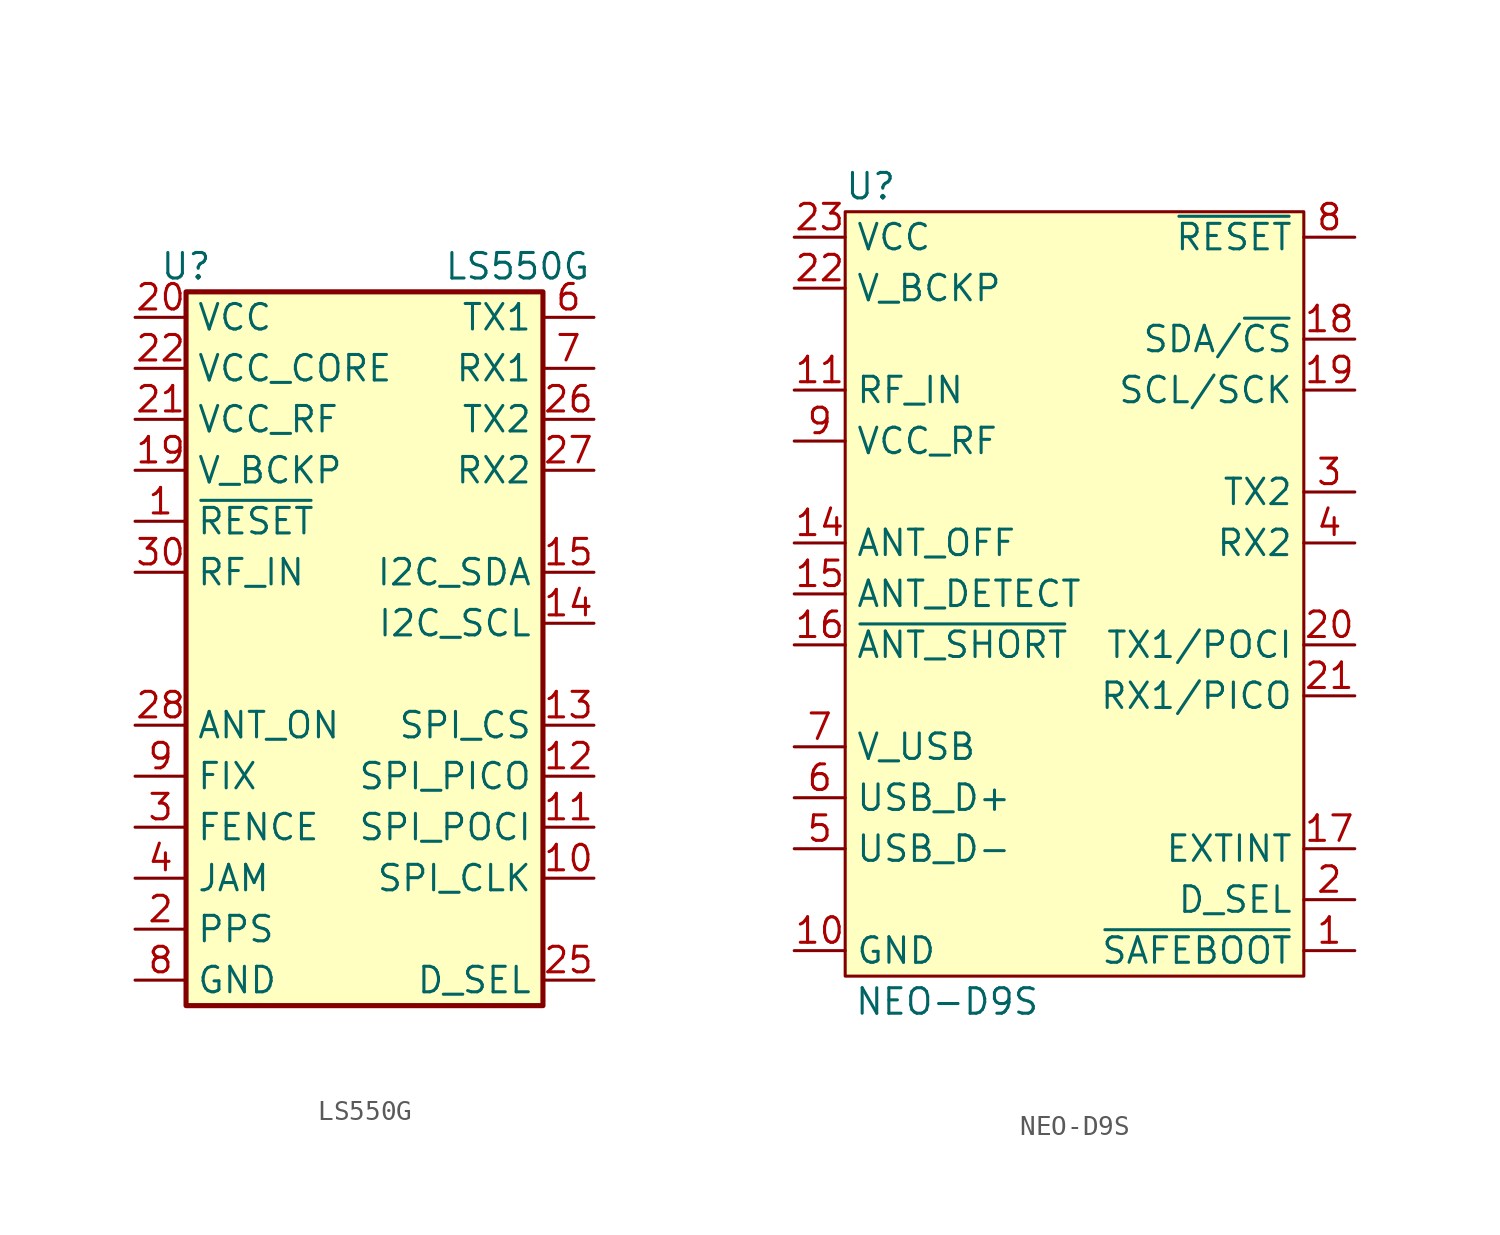
<source format=kicad_sym>
(kicad_symbol_lib
  (version 20241209)
  (generator "kicad_symbol_editor")
  (generator_version "9.0")
  (symbol "LS550G"
    (property "Reference" "U"
      (at -8.89 19.05 0)
      (effects (font (size 1.27 1.27))))
    (property "Value" "LS550G"
      (at 7.62 19.05 0)
      (effects (font (size 1.27 1.27))))
    (symbol "LS550G_0_1"
      (rectangle (start -8.89 17.78) (end 8.89 -17.78) (stroke (width 0.254) (type default)) (fill (type background))))
    (symbol "LS550G_1_0"
      (pin power_in line (at -11.43 16.51 0) (length 2.54) (name "VCC" (effects (font (size 1.27 1.27)))) (number "20" (effects (font (size 1.27 1.27)))))
      (pin power_in line (at -11.43 13.97 0) (length 2.54) (name "VCC_CORE" (effects (font (size 1.27 1.27)))) (number "22" (effects (font (size 1.27 1.27)))))
      (pin power_in line (at -11.43 11.43 0) (length 2.54) (name "VCC_RF" (effects (font (size 1.27 1.27)))) (number "21" (effects (font (size 1.27 1.27)))))
      (pin power_in line (at -11.43 8.89 0) (length 2.54) (name "V_BCKP" (effects (font (size 1.27 1.27)))) (number "19" (effects (font (size 1.27 1.27)))))
      (pin input line (at -11.43 3.81 0) (length 2.54) (name "RF_IN" (effects (font (size 1.27 1.27)))) (number "30" (effects (font (size 1.27 1.27)))))
      (pin output line (at -11.43 -3.81 0) (length 2.54) (name "ANT_ON" (effects (font (size 1.27 1.27)))) (number "28" (effects (font (size 1.27 1.27)))))
      (pin power_in line (at -11.43 -16.51 0) (length 2.54) (hide yes) (name "GND" (effects (font (size 1.27 1.27)))) (number "23" (effects (font (size 1.27 1.27)))))
      (pin power_in line (at -11.43 -16.51 0) (length 2.54) (hide yes) (name "GND" (effects (font (size 1.27 1.27)))) (number "24" (effects (font (size 1.27 1.27)))))
      (pin power_in line (at -11.43 -16.51 0) (length 2.54) (hide yes) (name "GND" (effects (font (size 1.27 1.27)))) (number "29" (effects (font (size 1.27 1.27)))))
      (pin power_in line (at -11.43 -16.51 0) (length 2.54) (hide yes) (name "GND" (effects (font (size 1.27 1.27)))) (number "31" (effects (font (size 1.27 1.27)))))
      (pin power_in line (at -11.43 -16.51 0) (length 2.54) (hide yes) (name "GND" (effects (font (size 1.27 1.27)))) (number "32" (effects (font (size 1.27 1.27)))))
      (pin power_in line (at -11.43 -16.51 0) (length 2.54) (hide yes) (name "GND" (effects (font (size 1.27 1.27)))) (number "33" (effects (font (size 1.27 1.27)))))
      (pin power_in line (at -11.43 -16.51 0) (length 2.54) (hide yes) (name "GND" (effects (font (size 1.27 1.27)))) (number "34" (effects (font (size 1.27 1.27)))))
      (pin power_in line (at -11.43 -16.51 0) (length 2.54) (hide yes) (name "GND" (effects (font (size 1.27 1.27)))) (number "35" (effects (font (size 1.27 1.27)))))
      (pin power_in line (at -11.43 -16.51 0) (length 2.54) (hide yes) (name "GND" (effects (font (size 1.27 1.27)))) (number "36" (effects (font (size 1.27 1.27)))))
      (pin output line (at 11.43 11.43 180) (length 2.54) (name "TX2" (effects (font (size 1.27 1.27)))) (number "26" (effects (font (size 1.27 1.27)))))
      (pin input line (at 11.43 8.89 180) (length 2.54) (name "RX2" (effects (font (size 1.27 1.27)))) (number "27" (effects (font (size 1.27 1.27)))))
      (pin input line (at 11.43 -16.51 180) (length 2.54) (name "D_SEL" (effects (font (size 1.27 1.27)))) (number "25" (effects (font (size 1.27 1.27))))))
    (symbol "LS550G_1_1"
      (pin input line (at -11.43 6.35 0) (length 2.54) (name "~{RESET}" (effects (font (size 1.27 1.27)))) (number "1" (effects (font (size 1.27 1.27)))))
      (pin output line (at -11.43 -6.35 0) (length 2.54) (name "FIX" (effects (font (size 1.27 1.27)))) (number "9" (effects (font (size 1.27 1.27)))))
      (pin output line (at -11.43 -8.89 0) (length 2.54) (name "FENCE" (effects (font (size 1.27 1.27)))) (number "3" (effects (font (size 1.27 1.27)))))
      (pin output line (at -11.43 -11.43 0) (length 2.54) (name "JAM" (effects (font (size 1.27 1.27)))) (number "4" (effects (font (size 1.27 1.27)))))
      (pin output line (at -11.43 -13.97 0) (length 2.54) (name "PPS" (effects (font (size 1.27 1.27)))) (number "2" (effects (font (size 1.27 1.27)))))
      (pin power_in line (at -11.43 -16.51 0) (length 2.54) (hide yes) (name "GND" (effects (font (size 1.27 1.27)))) (number "16" (effects (font (size 1.27 1.27)))))
      (pin power_in line (at -11.43 -16.51 0) (length 2.54) (hide yes) (name "GND" (effects (font (size 1.27 1.27)))) (number "18" (effects (font (size 1.27 1.27)))))
      (pin power_in line (at -11.43 -16.51 0) (length 2.54) (name "GND" (effects (font (size 1.27 1.27)))) (number "8" (effects (font (size 1.27 1.27)))))
      (pin no_connect line (at 11.43 24.13 180) (length 2.54) (hide yes) (name "RESERVED" (effects (font (size 1.27 1.27)))) (number "17" (effects (font (size 1.27 1.27)))))
      (pin no_connect line (at 11.43 21.59 180) (length 2.54) (hide yes) (name "RESERVED" (effects (font (size 1.27 1.27)))) (number "5" (effects (font (size 1.27 1.27)))))
      (pin output line (at 11.43 16.51 180) (length 2.54) (name "TX1" (effects (font (size 1.27 1.27)))) (number "6" (effects (font (size 1.27 1.27)))))
      (pin input line (at 11.43 13.97 180) (length 2.54) (name "RX1" (effects (font (size 1.27 1.27)))) (number "7" (effects (font (size 1.27 1.27)))))
      (pin bidirectional line (at 11.43 3.81 180) (length 2.54) (name "I2C_SDA" (effects (font (size 1.27 1.27)))) (number "15" (effects (font (size 1.27 1.27)))))
      (pin bidirectional line (at 11.43 1.27 180) (length 2.54) (name "I2C_SCL" (effects (font (size 1.27 1.27)))) (number "14" (effects (font (size 1.27 1.27)))))
      (pin input line (at 11.43 -3.81 180) (length 2.54) (name "SPI_CS" (effects (font (size 1.27 1.27)))) (number "13" (effects (font (size 1.27 1.27)))))
      (pin input line (at 11.43 -6.35 180) (length 2.54) (name "SPI_PICO" (effects (font (size 1.27 1.27)))) (number "12" (effects (font (size 1.27 1.27)))))
      (pin output line (at 11.43 -8.89 180) (length 2.54) (name "SPI_POCI" (effects (font (size 1.27 1.27)))) (number "11" (effects (font (size 1.27 1.27)))))
      (pin input line (at 11.43 -11.43 180) (length 2.54) (name "SPI_CLK" (effects (font (size 1.27 1.27)))) (number "10" (effects (font (size 1.27 1.27)))))))
  (symbol "NEO-D9S"
    (property "Reference" "U"
      (at -10.16 20.32 0)
      (effects (font (size 1.27 1.27))))
    (property "Value" "NEO-D9S"
      (at -6.35 -20.32 0)
      (effects (font (size 1.27 1.27))))
    (symbol "NEO-D9S_1_0"
      (pin input line (at 13.97 -12.7 180) (length 2.54) (name "EXTINT" (effects (font (size 1.27 1.27)))) (number "17" (effects (font (size 1.27 1.27)))))
      (pin input line (at 13.97 -15.24 180) (length 2.54) (name "D_SEL" (effects (font (size 1.27 1.27)))) (number "2" (effects (font (size 1.27 1.27)))))
      (pin input line (at 13.97 -17.78 180) (length 2.54) (name "~{SAFEBOOT}" (effects (font (size 1.27 1.27)))) (number "1" (effects (font (size 1.27 1.27))))))
    (symbol "NEO-D9S_1_1"
      (rectangle (start -11.43 19.05) (end 11.43 -19.05) (stroke (width 0) (type default)) (fill (type background)))
      (pin power_in line (at -13.97 17.78 0) (length 2.54) (name "VCC" (effects (font (size 1.27 1.27)))) (number "23" (effects (font (size 1.27 1.27)))))
      (pin power_in line (at -13.97 15.24 0) (length 2.54) (name "V_BCKP" (effects (font (size 1.27 1.27)))) (number "22" (effects (font (size 1.27 1.27)))))
      (pin input line (at -13.97 10.16 0) (length 2.54) (name "RF_IN" (effects (font (size 1.27 1.27)))) (number "11" (effects (font (size 1.27 1.27)))))
      (pin power_out line (at -13.97 7.62 0) (length 2.54) (name "VCC_RF" (effects (font (size 1.27 1.27)))) (number "9" (effects (font (size 1.27 1.27)))))
      (pin output line (at -13.97 2.54 0) (length 2.54) (name "ANT_OFF" (effects (font (size 1.27 1.27)))) (number "14" (effects (font (size 1.27 1.27)))))
      (pin input line (at -13.97 0 0) (length 2.54) (name "ANT_DETECT" (effects (font (size 1.27 1.27)))) (number "15" (effects (font (size 1.27 1.27)))))
      (pin output line (at -13.97 -2.54 0) (length 2.54) (name "~{ANT_SHORT}" (effects (font (size 1.27 1.27)))) (number "16" (effects (font (size 1.27 1.27)))))
      (pin power_in line (at -13.97 -7.62 0) (length 2.54) (name "V_USB" (effects (font (size 1.27 1.27)))) (number "7" (effects (font (size 1.27 1.27)))))
      (pin bidirectional line (at -13.97 -10.16 0) (length 2.54) (name "USB_D+" (effects (font (size 1.27 1.27)))) (number "6" (effects (font (size 1.27 1.27)))))
      (pin bidirectional line (at -13.97 -12.7 0) (length 2.54) (name "USB_D-" (effects (font (size 1.27 1.27)))) (number "5" (effects (font (size 1.27 1.27)))))
      (pin power_in line (at -13.97 -17.78 0) (length 2.54) (name "GND" (effects (font (size 1.27 1.27)))) (number "10" (effects (font (size 1.27 1.27)))))
      (pin power_in line (at -13.97 -17.78 0) (length 2.54) (hide yes) (name "GND" (effects (font (size 1.27 1.27)))) (number "12" (effects (font (size 1.27 1.27)))))
      (pin power_in line (at -13.97 -17.78 0) (length 2.54) (hide yes) (name "GND" (effects (font (size 1.27 1.27)))) (number "13" (effects (font (size 1.27 1.27)))))
      (pin power_in line (at -13.97 -17.78 0) (length 2.54) (hide yes) (name "GND" (effects (font (size 1.27 1.27)))) (number "24" (effects (font (size 1.27 1.27)))))
      (pin input line (at 13.97 17.78 180) (length 2.54) (name "~{RESET}" (effects (font (size 1.27 1.27)))) (number "8" (effects (font (size 1.27 1.27)))))
      (pin bidirectional line (at 13.97 12.7 180) (length 2.54) (name "SDA/~{CS}" (effects (font (size 1.27 1.27)))) (number "18" (effects (font (size 1.27 1.27)))))
      (pin bidirectional line (at 13.97 10.16 180) (length 2.54) (name "SCL/SCK" (effects (font (size 1.27 1.27)))) (number "19" (effects (font (size 1.27 1.27)))))
      (pin output line (at 13.97 5.08 180) (length 2.54) (name "TX2" (effects (font (size 1.27 1.27)))) (number "3" (effects (font (size 1.27 1.27)))))
      (pin input line (at 13.97 2.54 180) (length 2.54) (name "RX2" (effects (font (size 1.27 1.27)))) (number "4" (effects (font (size 1.27 1.27)))))
      (pin output line (at 13.97 -2.54 180) (length 2.54) (name "TX1/POCI" (effects (font (size 1.27 1.27)))) (number "20" (effects (font (size 1.27 1.27)))))
      (pin input line (at 13.97 -5.08 180) (length 2.54) (name "RX1/PICO" (effects (font (size 1.27 1.27)))) (number "21" (effects (font (size 1.27 1.27))))))))
</source>
